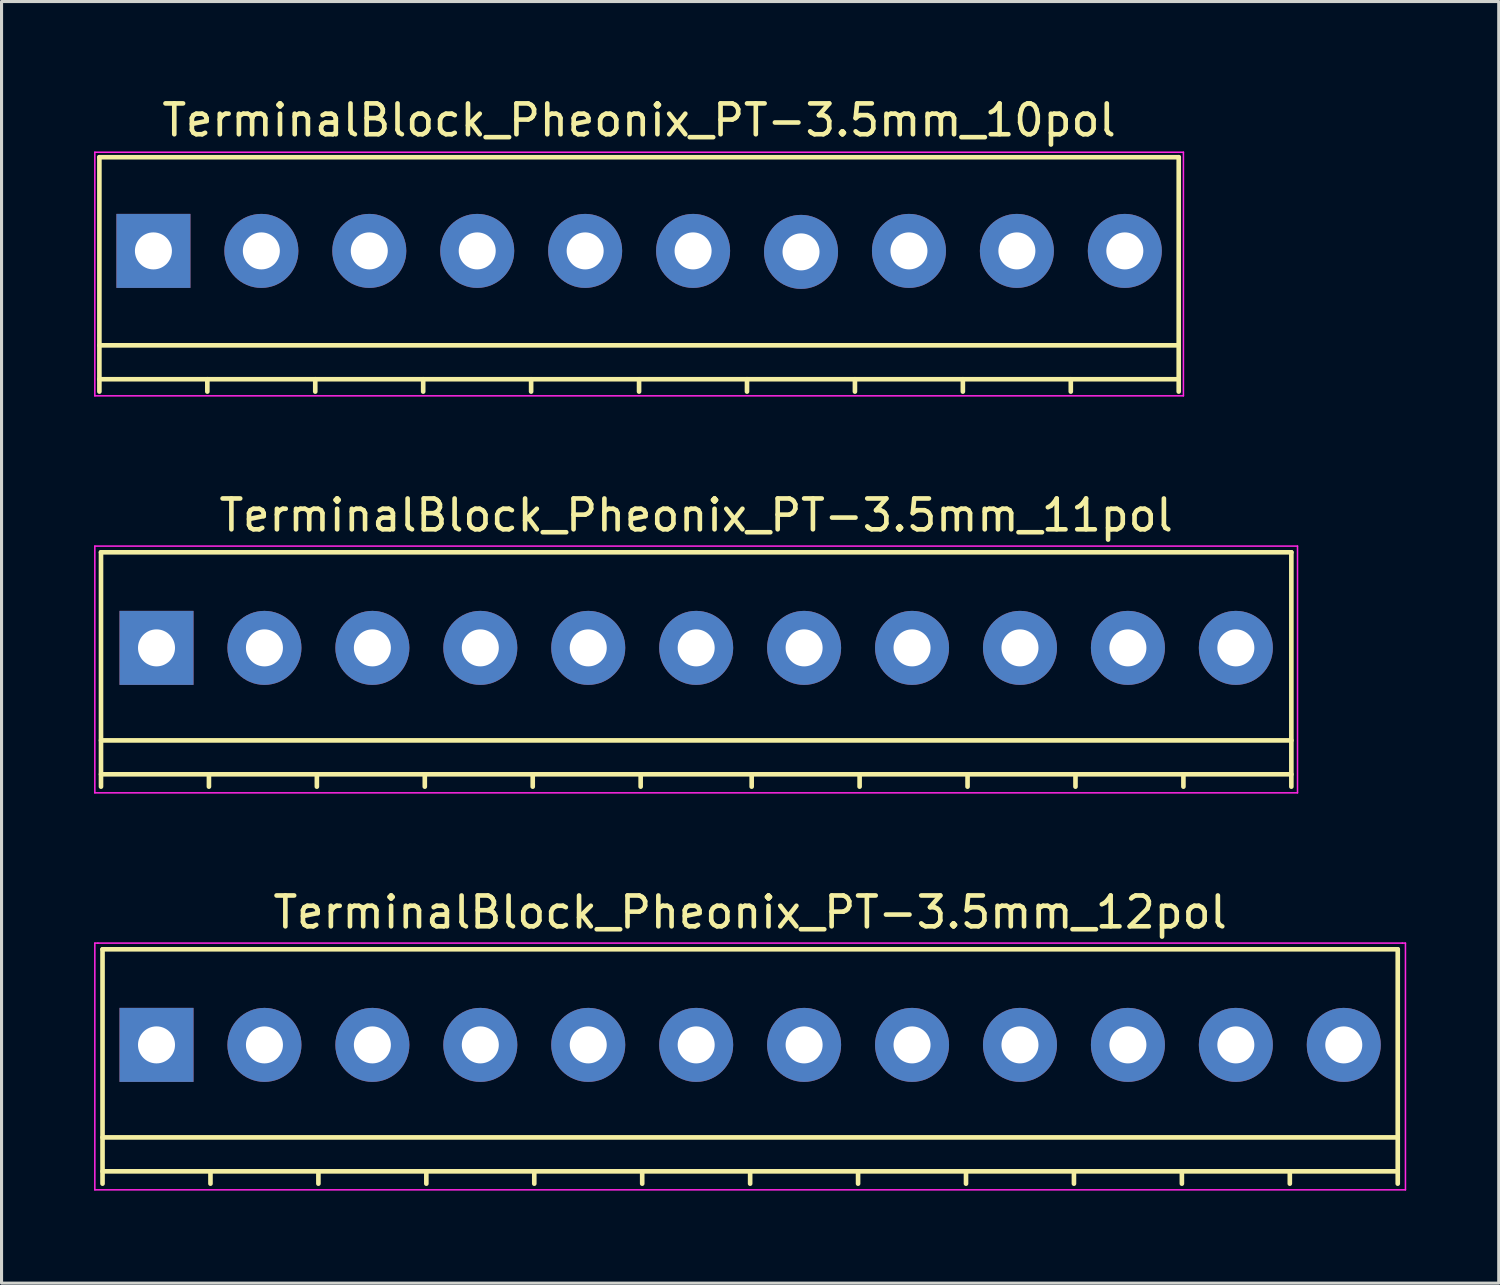
<source format=kicad_pcb>
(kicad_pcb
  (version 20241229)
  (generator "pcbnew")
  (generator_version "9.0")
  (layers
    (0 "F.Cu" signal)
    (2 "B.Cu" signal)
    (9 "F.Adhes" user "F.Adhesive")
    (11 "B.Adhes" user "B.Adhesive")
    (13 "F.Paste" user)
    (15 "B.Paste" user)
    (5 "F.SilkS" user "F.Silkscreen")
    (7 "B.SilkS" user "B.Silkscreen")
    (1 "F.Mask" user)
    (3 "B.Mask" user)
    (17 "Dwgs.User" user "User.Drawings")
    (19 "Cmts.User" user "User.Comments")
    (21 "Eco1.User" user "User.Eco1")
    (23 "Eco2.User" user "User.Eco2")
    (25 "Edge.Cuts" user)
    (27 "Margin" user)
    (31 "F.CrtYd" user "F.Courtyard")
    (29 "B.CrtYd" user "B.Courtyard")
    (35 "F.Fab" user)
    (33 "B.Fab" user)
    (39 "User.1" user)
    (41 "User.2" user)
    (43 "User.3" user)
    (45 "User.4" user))
  (footprint "TerminalBlock_Pheonix_PT-3.5mm_12pol"
    (layer "F.Cu")
    (at 2.025 30.833)
    (property "Reference" "TerminalBlock_Pheonix_PT-3.5mm_12pol" (at 19.25 -4.3 0) (layer "F.SilkS") (effects (font (size 1 1) (thickness 0.15))))
    (attr through_hole)
    (fp_line (start -1.75 -3.1) (end -1.75 4.5) (stroke (width 0.15) (type solid)) (layer "F.SilkS"))
    (fp_line (start -1.75 3) (end 40.25 3) (stroke (width 0.15) (type solid)) (layer "F.SilkS"))
    (fp_line (start -1.75 4.1) (end 40.25 4.1) (stroke (width 0.15) (type solid)) (layer "F.SilkS"))
    (fp_line (start 1.75 4.1) (end 1.75 4.5) (stroke (width 0.15) (type solid)) (layer "F.SilkS"))
    (fp_line (start 5.25 4.1) (end 5.25 4.5) (stroke (width 0.15) (type solid)) (layer "F.SilkS"))
    (fp_line (start 8.75 4.1) (end 8.75 4.5) (stroke (width 0.15) (type solid)) (layer "F.SilkS"))
    (fp_line (start 12.25 4.1) (end 12.25 4.5) (stroke (width 0.15) (type solid)) (layer "F.SilkS"))
    (fp_line (start 15.75 4.1) (end 15.75 4.5) (stroke (width 0.15) (type solid)) (layer "F.SilkS"))
    (fp_line (start 19.25 4.1) (end 19.25 4.5) (stroke (width 0.15) (type solid)) (layer "F.SilkS"))
    (fp_line (start 22.75 4.1) (end 22.75 4.5) (stroke (width 0.15) (type solid)) (layer "F.SilkS"))
    (fp_line (start 26.25 4.1) (end 26.25 4.5) (stroke (width 0.15) (type solid)) (layer "F.SilkS"))
    (fp_line (start 29.75 4.1) (end 29.75 4.5) (stroke (width 0.15) (type solid)) (layer "F.SilkS"))
    (fp_line (start 33.25 4.1) (end 33.25 4.5) (stroke (width 0.15) (type solid)) (layer "F.SilkS"))
    (fp_line (start 36.75 4.1) (end 36.75 4.5) (stroke (width 0.15) (type solid)) (layer "F.SilkS"))
    (fp_line (start 40.25 -3.1) (end -1.75 -3.1) (stroke (width 0.15) (type solid)) (layer "F.SilkS"))
    (fp_line (start 40.25 4.5) (end 40.25 -3.1) (stroke (width 0.15) (type solid)) (layer "F.SilkS"))
    (fp_line (start -2 -3.3) (end -1.9 -3.3) (stroke (width 0.05) (type solid)) (layer "F.CrtYd"))
    (fp_line (start -2 4.7) (end -2 -3.3) (stroke (width 0.05) (type solid)) (layer "F.CrtYd"))
    (fp_line (start -1.9 -3.3) (end 40.4 -3.3) (stroke (width 0.05) (type solid)) (layer "F.CrtYd"))
    (fp_line (start 40.4 -3.3) (end 40.5 -3.3) (stroke (width 0.05) (type solid)) (layer "F.CrtYd"))
    (fp_line (start 40.5 -3.3) (end 40.5 4.7) (stroke (width 0.05) (type solid)) (layer "F.CrtYd"))
    (fp_line (start 40.5 4.7) (end -2 4.7) (stroke (width 0.05) (type solid)) (layer "F.CrtYd"))
    (pad "1" thru_hole rect (at 0 0 180) (size 2.4 2.4) (drill 1.2) (layers "*.Cu" "*.Mask"))
    (pad "2" thru_hole circle (at 3.5 0 180) (size 2.4 2.4) (drill 1.2) (layers "*.Cu" "*.Mask"))
    (pad "3" thru_hole circle (at 7 0 180) (size 2.4 2.4) (drill 1.2) (layers "*.Cu" "*.Mask"))
    (pad "4" thru_hole circle (at 10.5 0 180) (size 2.4 2.4) (drill 1.2) (layers "*.Cu" "*.Mask"))
    (pad "5" thru_hole circle (at 14 0 180) (size 2.4 2.4) (drill 1.2) (layers "*.Cu" "*.Mask"))
    (pad "6" thru_hole circle (at 17.5 0 180) (size 2.4 2.4) (drill 1.2) (layers "*.Cu" "*.Mask"))
    (pad "7" thru_hole circle (at 21 0 180) (size 2.4 2.4) (drill 1.2) (layers "*.Cu" "*.Mask"))
    (pad "8" thru_hole circle (at 24.5 0 180) (size 2.4 2.4) (drill 1.2) (layers "*.Cu" "*.Mask"))
    (pad "9" thru_hole circle (at 28 0 180) (size 2.4 2.4) (drill 1.2) (layers "*.Cu" "*.Mask"))
    (pad "10" thru_hole circle (at 31.5 0 180) (size 2.4 2.4) (drill 1.2) (layers "*.Cu" "*.Mask"))
    (pad "11" thru_hole circle (at 35 0 180) (size 2.4 2.4) (drill 1.2) (layers "*.Cu" "*.Mask"))
    (pad "12" thru_hole circle (at 38.5 0 180) (size 2.4 2.4) (drill 1.2) (layers "*.Cu" "*.Mask")))
  (footprint "TerminalBlock_Pheonix_PT-3.5mm_10pol"
    (layer "F.Cu")
    (at 1.925 5.086)
    (property "Reference" "TerminalBlock_Pheonix_PT-3.5mm_10pol" (at 15.748 -4.238 0) (layer "F.SilkS") (effects (font (size 1 1) (thickness 0.15))))
    (attr through_hole)
    (fp_line (start -1.752 -3.038) (end -1.752 4.562) (stroke (width 0.15) (type solid)) (layer "F.SilkS"))
    (fp_line (start -1.752 3.062) (end 33.248 3.062) (stroke (width 0.15) (type solid)) (layer "F.SilkS"))
    (fp_line (start -1.752 4.162) (end 33.248 4.162) (stroke (width 0.15) (type solid)) (layer "F.SilkS"))
    (fp_line (start 1.748 4.162) (end 1.748 4.562) (stroke (width 0.15) (type solid)) (layer "F.SilkS"))
    (fp_line (start 5.248 4.162) (end 5.248 4.562) (stroke (width 0.15) (type solid)) (layer "F.SilkS"))
    (fp_line (start 8.748 4.162) (end 8.748 4.562) (stroke (width 0.15) (type solid)) (layer "F.SilkS"))
    (fp_line (start 12.248 4.162) (end 12.248 4.562) (stroke (width 0.15) (type solid)) (layer "F.SilkS"))
    (fp_line (start 15.748 4.162) (end 15.748 4.562) (stroke (width 0.15) (type solid)) (layer "F.SilkS"))
    (fp_line (start 19.248 4.162) (end 19.248 4.562) (stroke (width 0.15) (type solid)) (layer "F.SilkS"))
    (fp_line (start 22.748 4.162) (end 22.748 4.562) (stroke (width 0.15) (type solid)) (layer "F.SilkS"))
    (fp_line (start 26.248 4.162) (end 26.248 4.562) (stroke (width 0.15) (type solid)) (layer "F.SilkS"))
    (fp_line (start 29.748 4.162) (end 29.748 4.562) (stroke (width 0.15) (type solid)) (layer "F.SilkS"))
    (fp_line (start 33.248 -3.038) (end -1.752 -3.038) (stroke (width 0.15) (type solid)) (layer "F.SilkS"))
    (fp_line (start 33.248 4.562) (end 33.248 -3.038) (stroke (width 0.15) (type solid)) (layer "F.SilkS"))
    (fp_line (start -1.9 -3.2) (end 33.4 -3.2) (stroke (width 0.05) (type solid)) (layer "F.CrtYd"))
    (fp_line (start -1.9 4.7) (end -1.9 -3.2) (stroke (width 0.05) (type solid)) (layer "F.CrtYd"))
    (fp_line (start 33.4 -3.2) (end 33.4 4.7) (stroke (width 0.05) (type solid)) (layer "F.CrtYd"))
    (fp_line (start 33.4 4.7) (end -1.9 4.7) (stroke (width 0.05) (type solid)) (layer "F.CrtYd"))
    (pad "1" thru_hole rect (at 0 0 180) (size 2.4 2.4) (drill 1.2) (layers "*.Cu" "*.Mask"))
    (pad "2" thru_hole circle (at 3.5 0 180) (size 2.4 2.4) (drill 1.2) (layers "*.Cu" "*.Mask"))
    (pad "3" thru_hole circle (at 7 0 180) (size 2.4 2.4) (drill 1.2) (layers "*.Cu" "*.Mask"))
    (pad "4" thru_hole circle (at 10.5 0 180) (size 2.4 2.4) (drill 1.2) (layers "*.Cu" "*.Mask"))
    (pad "5" thru_hole circle (at 14 0 180) (size 2.4 2.4) (drill 1.2) (layers "*.Cu" "*.Mask"))
    (pad "6" thru_hole circle (at 17.5 0 180) (size 2.4 2.4) (drill 1.2) (layers "*.Cu" "*.Mask"))
    (pad "7" thru_hole circle (at 21 0.032 180) (size 2.4 2.4) (drill 1.2) (layers "*.Cu" "*.Mask"))
    (pad "8" thru_hole circle (at 24.5 0 180) (size 2.4 2.4) (drill 1.2) (layers "*.Cu" "*.Mask"))
    (pad "9" thru_hole circle (at 28 0 180) (size 2.4 2.4) (drill 1.2) (layers "*.Cu" "*.Mask"))
    (pad "10" thru_hole circle (at 31.5 0 180) (size 2.4 2.4) (drill 1.2) (layers "*.Cu" "*.Mask")))
  (footprint "TerminalBlock_Pheonix_PT-3.5mm_11pol"
    (layer "F.Cu")
    (at 2.025 17.959)
    (property "Reference" "TerminalBlock_Pheonix_PT-3.5mm_11pol" (at 17.5 -4.3 0) (layer "F.SilkS") (effects (font (size 1 1) (thickness 0.15))))
    (attr through_hole)
    (fp_line (start -1.8 -3.1) (end -1.8 4.5) (stroke (width 0.15) (type solid)) (layer "F.SilkS"))
    (fp_line (start -1.8 3) (end 36.8 3) (stroke (width 0.15) (type solid)) (layer "F.SilkS"))
    (fp_line (start -1.8 4.1) (end 36.8 4.1) (stroke (width 0.15) (type solid)) (layer "F.SilkS"))
    (fp_line (start 1.7 4.1) (end 1.7 4.5) (stroke (width 0.15) (type solid)) (layer "F.SilkS"))
    (fp_line (start 5.2 4.1) (end 5.2 4.5) (stroke (width 0.15) (type solid)) (layer "F.SilkS"))
    (fp_line (start 8.7 4.1) (end 8.7 4.5) (stroke (width 0.15) (type solid)) (layer "F.SilkS"))
    (fp_line (start 12.2 4.1) (end 12.2 4.5) (stroke (width 0.15) (type solid)) (layer "F.SilkS"))
    (fp_line (start 15.7 4.1) (end 15.7 4.5) (stroke (width 0.15) (type solid)) (layer "F.SilkS"))
    (fp_line (start 19.3 4.1) (end 19.3 4.5) (stroke (width 0.15) (type solid)) (layer "F.SilkS"))
    (fp_line (start 22.8 4.1) (end 22.8 4.5) (stroke (width 0.15) (type solid)) (layer "F.SilkS"))
    (fp_line (start 26.3 4.1) (end 26.3 4.5) (stroke (width 0.15) (type solid)) (layer "F.SilkS"))
    (fp_line (start 29.8 4.1) (end 29.8 4.5) (stroke (width 0.15) (type solid)) (layer "F.SilkS"))
    (fp_line (start 33.3 4.1) (end 33.3 4.5) (stroke (width 0.15) (type solid)) (layer "F.SilkS"))
    (fp_line (start 36.8 -3.1) (end -1.8 -3.1) (stroke (width 0.15) (type solid)) (layer "F.SilkS"))
    (fp_line (start 36.8 4.5) (end 36.8 -3.1) (stroke (width 0.15) (type solid)) (layer "F.SilkS"))
    (fp_line (start -2 -3.3) (end 37 -3.3) (stroke (width 0.05) (type solid)) (layer "F.CrtYd"))
    (fp_line (start -2 4.7) (end -2 -3.3) (stroke (width 0.05) (type solid)) (layer "F.CrtYd"))
    (fp_line (start 37 -3.3) (end 37 4.7) (stroke (width 0.05) (type solid)) (layer "F.CrtYd"))
    (fp_line (start 37 4.7) (end -2 4.7) (stroke (width 0.05) (type solid)) (layer "F.CrtYd"))
    (pad "1" thru_hole rect (at 0 0 180) (size 2.4 2.4) (drill 1.2) (layers "*.Cu" "*.Mask"))
    (pad "2" thru_hole circle (at 3.5 0 180) (size 2.4 2.4) (drill 1.2) (layers "*.Cu" "*.Mask"))
    (pad "3" thru_hole circle (at 7 0 180) (size 2.4 2.4) (drill 1.2) (layers "*.Cu" "*.Mask"))
    (pad "4" thru_hole circle (at 10.5 0 180) (size 2.4 2.4) (drill 1.2) (layers "*.Cu" "*.Mask"))
    (pad "5" thru_hole circle (at 14 0 180) (size 2.4 2.4) (drill 1.2) (layers "*.Cu" "*.Mask"))
    (pad "6" thru_hole circle (at 17.5 0 180) (size 2.4 2.4) (drill 1.2) (layers "*.Cu" "*.Mask"))
    (pad "7" thru_hole circle (at 21 0 180) (size 2.4 2.4) (drill 1.2) (layers "*.Cu" "*.Mask"))
    (pad "8" thru_hole circle (at 24.5 0 180) (size 2.4 2.4) (drill 1.2) (layers "*.Cu" "*.Mask"))
    (pad "9" thru_hole circle (at 28 0 180) (size 2.4 2.4) (drill 1.2) (layers "*.Cu" "*.Mask"))
    (pad "10" thru_hole circle (at 31.5 0 180) (size 2.4 2.4) (drill 1.2) (layers "*.Cu" "*.Mask"))
    (pad "11" thru_hole circle (at 35 0 180) (size 2.4 2.4) (drill 1.2) (layers "*.Cu" "*.Mask")))
  (gr_rect
    (start -3 -3)
    (end 45.55 38.558)
    (stroke (width 0.1) (type default))
    (fill no)
    (layer "Edge.Cuts")))
</source>
